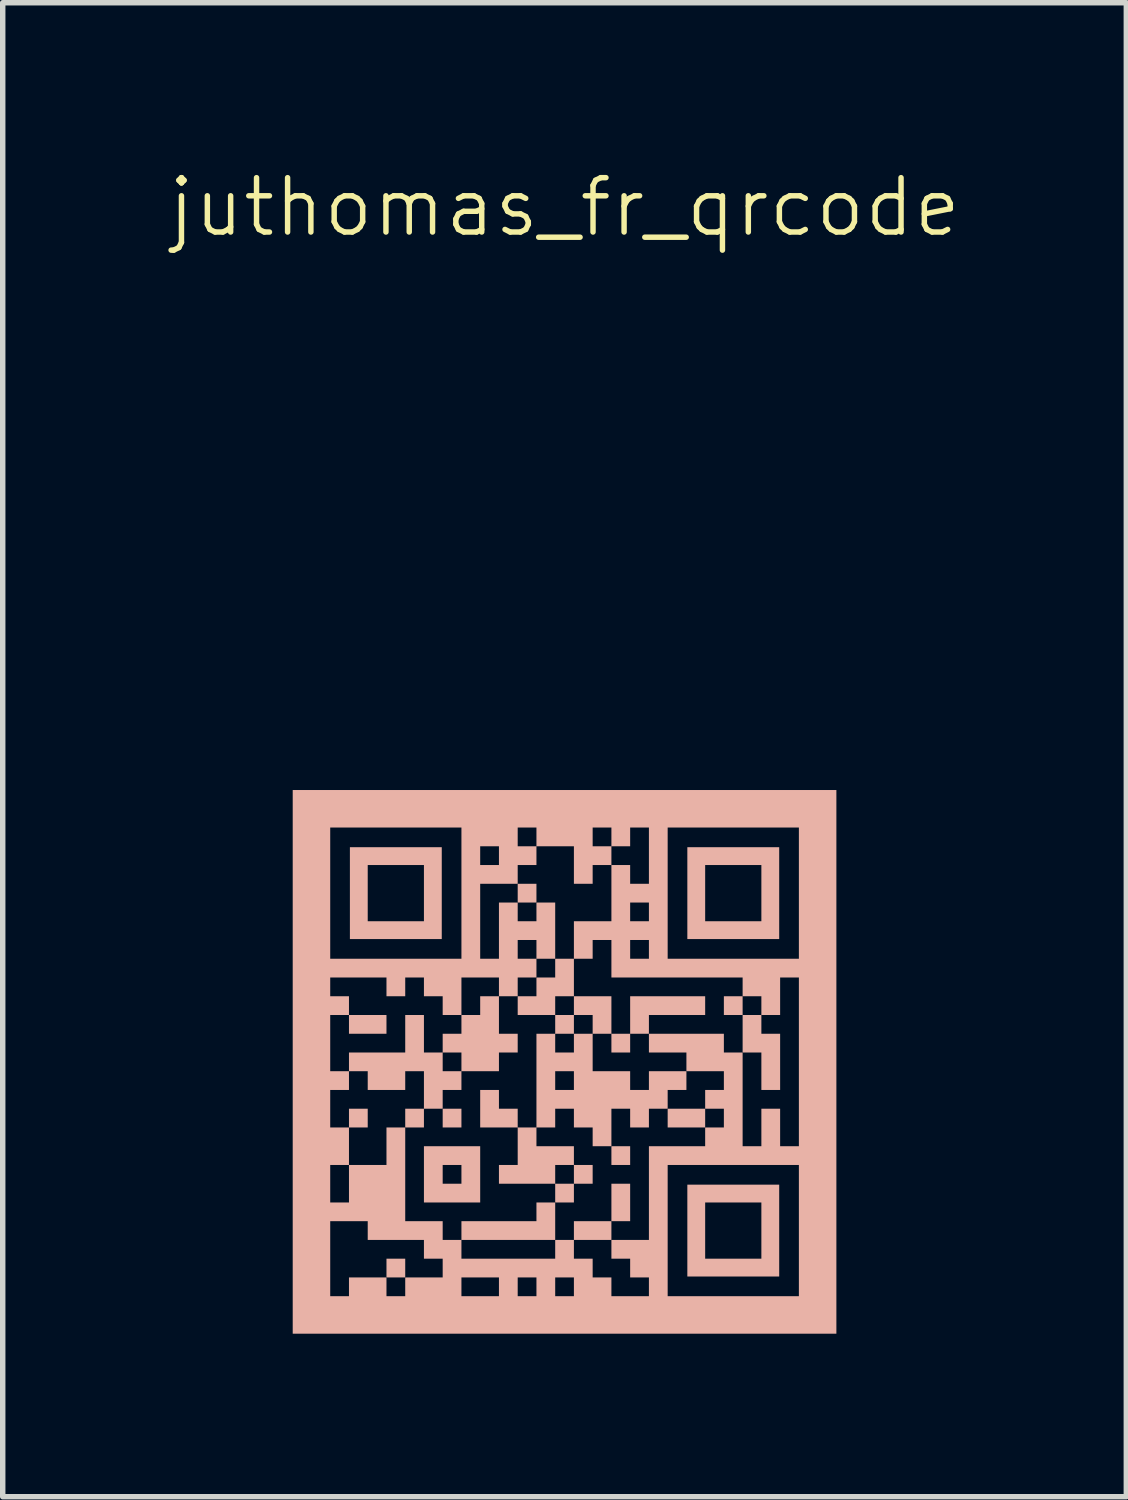
<source format=kicad_pcb>
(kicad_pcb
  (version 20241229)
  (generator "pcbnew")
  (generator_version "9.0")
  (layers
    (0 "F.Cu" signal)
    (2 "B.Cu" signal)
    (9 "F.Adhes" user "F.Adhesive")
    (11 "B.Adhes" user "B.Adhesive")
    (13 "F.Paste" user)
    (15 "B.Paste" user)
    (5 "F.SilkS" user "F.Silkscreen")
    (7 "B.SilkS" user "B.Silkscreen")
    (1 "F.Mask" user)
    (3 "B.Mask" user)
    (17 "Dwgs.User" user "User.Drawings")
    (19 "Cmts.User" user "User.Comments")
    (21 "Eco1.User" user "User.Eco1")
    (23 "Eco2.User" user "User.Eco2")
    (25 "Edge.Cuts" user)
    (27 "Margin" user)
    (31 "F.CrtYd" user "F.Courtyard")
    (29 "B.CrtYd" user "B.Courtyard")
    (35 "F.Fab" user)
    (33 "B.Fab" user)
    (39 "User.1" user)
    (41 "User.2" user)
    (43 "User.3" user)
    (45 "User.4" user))
  (footprint "juthomas_fr_qrcode"
    (layer "F.Cu")
    (at 7.336 16.485)
    (property "Reference" "juthomas_fr_qrcode" (at 0 -15.724 0) (unlocked yes) (layer "F.SilkS") (effects (font (size 1 1) (thickness 0.1))))
    (attr smd)
    (fp_poly (pts (xy -3.966 -0.69) (xy -3.966 -0.517) (xy -3.621 -0.517) (xy -3.276 -0.517) (xy -3.276 -0.69) (xy -3.276 -0.862) (xy -3.621 -0.862) (xy -3.966 -0.862)) (stroke (width 0) (type solid)) (fill yes) (layer "B.SilkS"))
    (fp_poly (pts (xy -3.966 1.035) (xy -3.966 1.207) (xy -3.794 1.207) (xy -3.621 1.207) (xy -3.621 1.035) (xy -3.621 0.862) (xy -3.794 0.862) (xy -3.966 0.862)) (stroke (width 0) (type solid)) (fill yes) (layer "B.SilkS"))
    (fp_poly (pts (xy -3.276 3.794) (xy -3.276 3.966) (xy -3.104 3.966) (xy -2.931 3.966) (xy -2.931 3.794) (xy -2.931 3.621) (xy -3.104 3.621) (xy -3.276 3.621)) (stroke (width 0) (type solid)) (fill yes) (layer "B.SilkS"))
    (fp_poly (pts (xy -2.931 1.035) (xy -2.931 1.207) (xy -2.759 1.207) (xy -2.587 1.207) (xy -2.587 1.035) (xy -2.587 0.862) (xy -2.759 0.862) (xy -2.931 0.862)) (stroke (width 0) (type solid)) (fill yes) (layer "B.SilkS"))
    (fp_poly (pts (xy -0.862 -3.104) (xy -0.862 -2.931) (xy -0.69 -2.931) (xy -0.517 -2.931) (xy -0.517 -3.104) (xy -0.517 -3.276) (xy -0.69 -3.276) (xy -0.862 -3.276)) (stroke (width 0) (type solid)) (fill yes) (layer "B.SilkS"))
    (fp_poly (pts (xy 0.172 3.104) (xy 0.172 3.276) (xy 0.517 3.276) (xy 0.862 3.276) (xy 0.862 3.104) (xy 0.862 2.931) (xy 0.517 2.931) (xy 0.172 2.931)) (stroke (width 0) (type solid)) (fill yes) (layer "B.SilkS"))
    (fp_poly (pts (xy 0.862 2.587) (xy 0.862 2.931) (xy 1.035 2.931) (xy 1.207 2.931) (xy 1.207 2.587) (xy 1.207 2.242) (xy 1.035 2.242) (xy 0.862 2.242)) (stroke (width 0) (type solid)) (fill yes) (layer "B.SilkS"))
    (fp_poly (pts (xy -0.517 2.759) (xy -0.517 2.931) (xy -1.207 2.931) (xy -1.897 2.931) (xy -1.897 3.104) (xy -1.897 3.276) (xy -1.035 3.276) (xy -0.172 3.276) (xy -0.172 2.931) (xy -0.172 2.587) (xy -0.345 2.587) (xy -0.517 2.587)) (stroke (width 0) (type solid)) (fill yes) (layer "B.SilkS"))
    (fp_poly (pts (xy -3.949 -3.104) (xy -3.949 -2.259) (xy -3.104 -2.259) (xy -2.259 -2.259) (xy -2.259 -3.104) (xy -2.259 -3.621) (xy -2.587 -3.621) (xy -2.587 -3.104) (xy -2.587 -2.587) (xy -3.104 -2.587) (xy -3.621 -2.587) (xy -3.621 -3.104) (xy -3.621 -3.621) (xy -3.104 -3.621) (xy -2.587 -3.621) (xy -2.259 -3.621) (xy -2.259 -3.949) (xy -3.104 -3.949) (xy -3.949 -3.949)) (stroke (width 0) (type solid)) (fill yes) (layer "B.SilkS"))
    (fp_poly (pts (xy -2.587 2.069) (xy -2.587 2.587) (xy -2.069 2.587) (xy -1.552 2.587) (xy -1.552 2.069) (xy -1.552 1.897) (xy -1.897 1.897) (xy -1.897 2.069) (xy -1.897 2.242) (xy -2.069 2.242) (xy -2.242 2.242) (xy -2.242 2.069) (xy -2.242 1.897) (xy -2.069 1.897) (xy -1.897 1.897) (xy -1.552 1.897) (xy -1.552 1.552) (xy -2.069 1.552) (xy -2.587 1.552)) (stroke (width 0) (type solid)) (fill yes) (layer "B.SilkS"))
    (fp_poly (pts (xy 2.259 -3.104) (xy 2.259 -2.259) (xy 3.104 -2.259) (xy 3.949 -2.259) (xy 3.949 -3.104) (xy 3.949 -3.621) (xy 3.621 -3.621) (xy 3.621 -3.104) (xy 3.621 -2.587) (xy 3.104 -2.587) (xy 2.587 -2.587) (xy 2.587 -3.104) (xy 2.587 -3.621) (xy 3.104 -3.621) (xy 3.621 -3.621) (xy 3.949 -3.621) (xy 3.949 -3.949) (xy 3.104 -3.949) (xy 2.259 -3.949)) (stroke (width 0) (type solid)) (fill yes) (layer "B.SilkS"))
    (fp_poly (pts (xy 2.259 3.104) (xy 2.259 3.949) (xy 3.104 3.949) (xy 3.949 3.949) (xy 3.949 3.104) (xy 3.949 2.587) (xy 3.621 2.587) (xy 3.621 3.104) (xy 3.621 3.621) (xy 3.104 3.621) (xy 2.587 3.621) (xy 2.587 3.104) (xy 2.587 2.587) (xy 3.104 2.587) (xy 3.621 2.587) (xy 3.949 2.587) (xy 3.949 2.259) (xy 3.104 2.259) (xy 2.259 2.259)) (stroke (width 0) (type solid)) (fill yes) (layer "B.SilkS"))
    (fp_poly (pts (xy 2.931 -1.035) (xy 2.931 -0.862) (xy 3.104 -0.862) (xy 3.276 -0.862) (xy 3.276 -0.517) (xy 3.276 -0.172) (xy 3.449 -0.172) (xy 3.621 -0.172) (xy 3.621 0.172) (xy 3.621 0.517) (xy 3.794 0.517) (xy 3.966 0.517) (xy 3.966 0) (xy 3.966 -0.517) (xy 3.794 -0.517) (xy 3.621 -0.517) (xy 3.621 -0.69) (xy 3.621 -0.862) (xy 3.449 -0.862) (xy 3.276 -0.862) (xy 3.276 -1.035) (xy 3.276 -1.207) (xy 3.104 -1.207) (xy 2.931 -1.207)) (stroke (width 0) (type solid)) (fill yes) (layer "B.SilkS"))
    (fp_poly (pts (xy -1.552 -1.035) (xy -1.552 -0.862) (xy -1.724 -0.862) (xy -1.897 -0.862) (xy -1.897 -0.69) (xy -1.897 -0.517) (xy -2.069 -0.517) (xy -2.242 -0.517) (xy -2.242 -0.345) (xy -2.242 -0.172) (xy -2.414 -0.172) (xy -2.587 -0.172) (xy -2.587 -0.517) (xy -2.587 -0.862) (xy -2.759 -0.862) (xy -2.931 -0.862) (xy -2.931 -0.517) (xy -2.931 -0.172) (xy -3.449 -0.172) (xy -3.966 -0.172) (xy -3.966 0) (xy -3.966 0.172) (xy -3.794 0.172) (xy -3.621 0.172) (xy -3.621 0.345) (xy -3.621 0.517) (xy -3.276 0.517) (xy -2.931 0.517) (xy -2.931 0.345) (xy -2.931 0.172) (xy -2.759 0.172) (xy -2.587 0.172) (xy -2.587 0.517) (xy -2.587 0.862) (xy -2.414 0.862) (xy -2.242 0.862) (xy -2.242 1.035) (xy -2.242 1.207) (xy -2.069 1.207) (xy -1.897 1.207) (xy -1.897 1.035) (xy -1.897 0.862) (xy -2.069 0.862) (xy -2.242 0.862) (xy -2.242 0.69) (xy -2.242 0.517) (xy -2.069 0.517) (xy -1.897 0.517) (xy -1.897 0.345) (xy -1.897 0.172) (xy -1.552 0.172) (xy -1.207 0.172) (xy -1.207 0) (xy -1.207 -0.172) (xy -1.897 -0.172) (xy -1.897 0) (xy -1.897 0.172) (xy -2.069 0.172) (xy -2.242 0.172) (xy -2.242 0) (xy -2.242 -0.172) (xy -2.069 -0.172) (xy -1.897 -0.172) (xy -1.207 -0.172) (xy -1.035 -0.172) (xy -0.862 -0.172) (xy -0.862 -0.345) (xy -0.862 -0.517) (xy -1.035 -0.517) (xy -1.207 -0.517) (xy -1.207 -0.862) (xy -1.207 -1.207) (xy -1.379 -1.207) (xy -1.552 -1.207)) (stroke (width 0) (type solid)) (fill yes) (layer "B.SilkS"))
    (fp_poly (pts (xy -0.172 -1.724) (xy -0.172 -1.552) (xy -0.345 -1.552) (xy -0.517 -1.552) (xy -0.517 -1.379) (xy -0.517 -1.207) (xy -0.69 -1.207) (xy -0.862 -1.207) (xy -0.862 -1.035) (xy -0.862 -0.862) (xy -0.517 -0.862) (xy -0.172 -0.862) (xy -0.172 -0.69) (xy -0.172 -0.517) (xy 0 -0.517) (xy 0.172 -0.517) (xy 0.172 -0.345) (xy 0.172 -0.172) (xy 0 -0.172) (xy -0.172 -0.172) (xy -0.172 -0.345) (xy -0.172 -0.517) (xy -0.345 -0.517) (xy -0.517 -0.517) (xy -0.517 0.345) (xy -0.517 1.207) (xy -0.69 1.207) (xy -0.862 1.207) (xy -0.862 1.035) (xy -0.862 0.862) (xy -1.035 0.862) (xy -1.207 0.862) (xy -1.207 0.69) (xy -1.207 0.517) (xy -1.379 0.517) (xy -1.552 0.517) (xy -1.552 0.862) (xy -1.552 1.207) (xy -1.207 1.207) (xy -0.862 1.207) (xy -0.862 1.552) (xy -0.862 1.897) (xy -1.035 1.897) (xy -1.207 1.897) (xy -1.207 2.069) (xy -1.207 2.242) (xy -0.69 2.242) (xy -0.172 2.242) (xy -0.172 2.414) (xy -0.172 2.587) (xy 0 2.587) (xy 0.172 2.587) (xy 0.172 2.414) (xy 0.172 2.242) (xy 0.345 2.242) (xy 0.517 2.242) (xy 0.517 2.069) (xy 0.517 1.897) (xy 0.345 1.897) (xy 0.172 1.897) (xy 0.172 2.069) (xy 0.172 2.242) (xy 0 2.242) (xy -0.172 2.242) (xy -0.172 2.069) (xy -0.172 1.897) (xy 0 1.897) (xy 0.172 1.897) (xy 0.172 1.724) (xy 0.172 1.552) (xy -0.172 1.552) (xy -0.517 1.552) (xy -0.517 1.379) (xy -0.517 1.207) (xy -0.345 1.207) (xy -0.172 1.207) (xy -0.172 1.035) (xy -0.172 0.862) (xy 0 0.862) (xy 0.172 0.862) (xy 0.172 1.035) (xy 0.172 1.207) (xy 0.345 1.207) (xy 0.517 1.207) (xy 0.517 1.379) (xy 0.517 1.552) (xy 0.69 1.552) (xy 0.862 1.552) (xy 0.862 1.724) (xy 0.862 1.897) (xy 1.035 1.897) (xy 1.207 1.897) (xy 1.207 1.724) (xy 1.207 1.552) (xy 1.035 1.552) (xy 0.862 1.552) (xy 0.862 1.207) (xy 0.862 0.862) (xy 1.035 0.862) (xy 1.207 0.862) (xy 1.207 1.035) (xy 1.207 1.207) (xy 1.379 1.207) (xy 1.552 1.207) (xy 1.552 1.035) (xy 1.552 0.862) (xy 1.724 0.862) (xy 1.897 0.862) (xy 1.897 1.035) (xy 1.897 1.207) (xy 2.242 1.207) (xy 2.587 1.207) (xy 2.587 1.035) (xy 2.587 0.862) (xy 2.242 0.862) (xy 1.897 0.862) (xy 1.897 0.69) (xy 1.897 0.517) (xy 2.069 0.517) (xy 2.242 0.517) (xy 2.242 0.345) (xy 2.242 0.172) (xy 1.897 0.172) (xy 1.552 0.172) (xy 1.552 0.345) (xy 1.552 0.517) (xy 1.379 0.517) (xy 1.207 0.517) (xy 1.207 0.345) (xy 1.207 0.172) (xy 0.862 0.172) (xy 0.517 0.172) (xy 0.172 0.172) (xy 0.172 0.345) (xy 0.172 0.517) (xy 0 0.517) (xy -0.172 0.517) (xy -0.172 0.345) (xy -0.172 0.172) (xy 0 0.172) (xy 0.172 0.172) (xy 0.517 0.172) (xy 0.517 -0.172) (xy 0.517 -0.517) (xy 0.345 -0.517) (xy 0.172 -0.517) (xy 0.172 -0.69) (xy 0.172 -0.862) (xy 0 -0.862) (xy -0.172 -0.862) (xy -0.172 -1.035) (xy -0.172 -1.207) (xy 0 -1.207) (xy 0.172 -1.207) (xy 0.172 -1.035) (xy 0.172 -0.862) (xy 0.345 -0.862) (xy 0.517 -0.862) (xy 0.517 -0.69) (xy 0.517 -0.517) (xy 0.69 -0.517) (xy 0.862 -0.517) (xy 0.862 -0.345) (xy 0.862 -0.172) (xy 1.035 -0.172) (xy 1.207 -0.172) (xy 1.207 -0.345) (xy 1.207 -0.517) (xy 1.379 -0.517) (xy 1.552 -0.517) (xy 1.552 -0.69) (xy 1.552 -0.862) (xy 2.069 -0.862) (xy 2.587 -0.862) (xy 2.587 -1.035) (xy 2.587 -1.207) (xy 1.897 -1.207) (xy 1.207 -1.207) (xy 1.207 -0.862) (xy 1.207 -0.517) (xy 1.035 -0.517) (xy 0.862 -0.517) (xy 0.862 -0.862) (xy 0.862 -1.207) (xy 0.517 -1.207) (xy 0.172 -1.207) (xy 0.172 -1.552) (xy 0.172 -1.897) (xy 0 -1.897) (xy -0.172 -1.897)) (stroke (width 0) (type solid)) (fill yes) (layer "B.SilkS"))
    (fp_poly (pts (xy -5.001 0) (xy -5.001 5.001) (xy 0 5.001) (xy 5.001 5.001) (xy 5.001 1.897) (xy 4.311 1.897) (xy 4.311 3.104) (xy 4.311 4.311) (xy 3.104 4.311) (xy 1.897 4.311) (xy 1.897 3.104) (xy 1.897 1.897) (xy 3.104 1.897) (xy 4.311 1.897) (xy 5.001 1.897) (xy 5.001 1.552) (xy 4.311 1.552) (xy 4.138 1.552) (xy 3.966 1.552) (xy 3.966 1.207) (xy 3.966 0.862) (xy 3.794 0.862) (xy 3.621 0.862) (xy 3.621 1.207) (xy 3.621 1.552) (xy 3.449 1.552) (xy 3.276 1.552) (xy 3.276 0.69) (xy 3.276 -0.172) (xy 3.104 -0.172) (xy 2.931 -0.172) (xy 2.931 -0.345) (xy 2.931 -0.517) (xy 2.242 -0.517) (xy 1.552 -0.517) (xy 1.552 -0.345) (xy 1.552 -0.172) (xy 1.897 -0.172) (xy 2.242 -0.172) (xy 2.242 0) (xy 2.242 0.172) (xy 2.587 0.172) (xy 2.931 0.172) (xy 2.931 0.345) (xy 2.931 0.517) (xy 2.759 0.517) (xy 2.587 0.517) (xy 2.587 0.69) (xy 2.587 0.862) (xy 2.759 0.862) (xy 2.931 0.862) (xy 2.931 1.035) (xy 2.931 1.207) (xy 2.759 1.207) (xy 2.587 1.207) (xy 2.587 1.379) (xy 2.587 1.552) (xy 2.069 1.552) (xy 1.552 1.552) (xy 1.552 2.414) (xy 1.552 3.276) (xy 1.207 3.276) (xy 0.862 3.276) (xy 0.862 3.449) (xy 0.862 3.621) (xy 1.035 3.621) (xy 1.207 3.621) (xy 1.207 3.794) (xy 1.207 3.966) (xy 1.379 3.966) (xy 1.552 3.966) (xy 1.552 4.138) (xy 1.552 4.311) (xy 1.207 4.311) (xy 0.862 4.311) (xy 0.862 4.138) (xy 0.862 3.966) (xy 0.69 3.966) (xy 0.517 3.966) (xy 0.172 3.966) (xy 0.172 4.138) (xy 0.172 4.311) (xy 0 4.311) (xy -0.172 4.311) (xy -0.172 4.138) (xy -0.172 3.966) (xy -0.517 3.966) (xy -0.517 4.138) (xy -0.517 4.311) (xy -0.69 4.311) (xy -0.862 4.311) (xy -0.862 4.138) (xy -0.862 3.966) (xy -1.207 3.966) (xy -1.207 4.138) (xy -1.207 4.311) (xy -1.552 4.311) (xy -1.897 4.311) (xy -1.897 4.138) (xy -1.897 3.966) (xy -2.242 3.966) (xy -2.587 3.966) (xy -2.931 3.966) (xy -2.931 4.138) (xy -2.931 4.311) (xy -3.104 4.311) (xy -3.276 4.311) (xy -3.276 4.138) (xy -3.276 3.966) (xy -3.621 3.966) (xy -3.966 3.966) (xy -3.966 4.138) (xy -3.966 4.311) (xy -4.138 4.311) (xy -4.311 4.311) (xy -4.311 3.621) (xy -4.311 2.931) (xy -3.966 2.931) (xy -3.621 2.931) (xy -3.621 3.104) (xy -3.621 3.276) (xy -3.104 3.276) (xy -2.587 3.276) (xy -2.587 3.449) (xy -2.587 3.621) (xy -2.414 3.621) (xy -2.242 3.621) (xy -2.242 3.794) (xy -2.242 3.966) (xy -1.897 3.966) (xy -1.552 3.966) (xy -1.207 3.966) (xy -0.862 3.966) (xy -0.69 3.966) (xy -0.517 3.966) (xy -0.172 3.966) (xy 0 3.966) (xy 0.172 3.966) (xy 0.517 3.966) (xy 0.517 3.794) (xy 0.517 3.621) (xy 0.345 3.621) (xy 0.172 3.621) (xy 0.172 3.449) (xy 0.172 3.276) (xy 0 3.276) (xy -0.172 3.276) (xy -0.172 3.449) (xy -0.172 3.621) (xy -1.035 3.621) (xy -1.897 3.621) (xy -1.897 3.449) (xy -1.897 3.276) (xy -2.069 3.276) (xy -2.242 3.276) (xy -2.242 3.104) (xy -2.242 2.931) (xy -2.587 2.931) (xy -2.931 2.931) (xy -2.931 2.069) (xy -2.931 1.207) (xy -3.104 1.207) (xy -3.276 1.207) (xy -3.276 1.552) (xy -3.276 1.897) (xy -3.621 1.897) (xy -3.966 1.897) (xy -3.966 2.242) (xy -3.966 2.587) (xy -4.138 2.587) (xy -4.311 2.587) (xy -4.311 2.242) (xy -4.311 1.897) (xy -4.138 1.897) (xy -3.966 1.897) (xy -3.966 1.552) (xy -3.966 1.207) (xy -4.138 1.207) (xy -4.311 1.207) (xy -4.311 0.862) (xy -4.311 0.517) (xy -4.138 0.517) (xy -3.966 0.517) (xy -3.966 0.345) (xy -3.966 0.172) (xy -4.138 0.172) (xy -4.311 0.172) (xy -4.311 -0.345) (xy -4.311 -0.862) (xy -4.138 -0.862) (xy -3.966 -0.862) (xy -3.966 -1.035) (xy -3.966 -1.207) (xy -4.138 -1.207) (xy -4.311 -1.207) (xy -4.311 -1.379) (xy -4.311 -1.552) (xy -3.794 -1.552) (xy -3.276 -1.552) (xy -3.276 -1.379) (xy -3.276 -1.207) (xy -3.104 -1.207) (xy -2.931 -1.207) (xy -2.931 -1.379) (xy -2.931 -1.552) (xy -2.759 -1.552) (xy -2.587 -1.552) (xy -2.587 -1.379) (xy -2.587 -1.207) (xy -2.414 -1.207) (xy -2.242 -1.207) (xy -2.242 -1.035) (xy -2.242 -0.862) (xy -2.069 -0.862) (xy -1.897 -0.862) (xy -1.897 -1.207) (xy -1.897 -1.552) (xy -1.552 -1.552) (xy -1.207 -1.552) (xy -1.207 -1.379) (xy -1.207 -1.207) (xy -1.035 -1.207) (xy -0.862 -1.207) (xy -0.862 -1.379) (xy -0.862 -1.552) (xy -0.69 -1.552) (xy -0.517 -1.552) (xy -0.517 -1.724) (xy -0.517 -1.897) (xy -0.69 -1.897) (xy -0.862 -1.897) (xy -0.862 -2.069) (xy -0.862 -2.242) (xy -0.69 -2.242) (xy -0.517 -2.242) (xy -0.517 -2.069) (xy -0.517 -1.897) (xy -0.345 -1.897) (xy -0.172 -1.897) (xy -0.172 -2.414) (xy -0.172 -2.931) (xy -0.345 -2.931) (xy -0.517 -2.931) (xy -0.517 -2.759) (xy -0.517 -2.587) (xy -0.69 -2.587) (xy -0.862 -2.587) (xy -0.862 -2.759) (xy -0.862 -2.931) (xy -1.035 -2.931) (xy -1.207 -2.931) (xy -1.207 -2.414) (xy -1.207 -1.897) (xy -1.379 -1.897) (xy -1.552 -1.897) (xy -1.552 -2.587) (xy -1.552 -3.276) (xy -1.207 -3.276) (xy -0.862 -3.276) (xy -0.862 -3.449) (xy -0.862 -3.621) (xy -0.69 -3.621) (xy -0.517 -3.621) (xy -0.517 -3.794) (xy -0.517 -3.966) (xy -0.69 -3.966) (xy -0.862 -3.966) (xy -1.207 -3.966) (xy -1.207 -3.794) (xy -1.207 -3.621) (xy -1.379 -3.621) (xy -1.552 -3.621) (xy -1.552 -3.794) (xy -1.552 -3.966) (xy -1.379 -3.966) (xy -1.207 -3.966) (xy -0.862 -3.966) (xy -0.862 -4.138) (xy -0.862 -4.311) (xy -1.897 -4.311) (xy -1.897 -3.104) (xy -1.897 -1.897) (xy -3.104 -1.897) (xy -4.311 -1.897) (xy -4.311 -3.104) (xy -4.311 -4.311) (xy -3.104 -4.311) (xy -1.897 -4.311) (xy -0.862 -4.311) (xy -0.69 -4.311) (xy -0.517 -4.311) (xy -0.517 -4.138) (xy -0.517 -3.966) (xy -0.172 -3.966) (xy 0.172 -3.966) (xy 0.172 -3.621) (xy 0.172 -3.276) (xy 0.345 -3.276) (xy 0.517 -3.276) (xy 0.517 -3.449) (xy 0.517 -3.621) (xy 0.69 -3.621) (xy 0.862 -3.621) (xy 0.862 -3.104) (xy 0.862 -2.587) (xy 0.517 -2.587) (xy 0.172 -2.587) (xy 0.172 -2.242) (xy 0.172 -1.897) (xy 0.345 -1.897) (xy 0.517 -1.897) (xy 0.517 -2.069) (xy 0.517 -2.242) (xy 0.69 -2.242) (xy 0.862 -2.242) (xy 0.862 -1.897) (xy 0.862 -1.552) (xy 2.069 -1.552) (xy 3.276 -1.552) (xy 3.276 -1.379) (xy 3.276 -1.207) (xy 3.449 -1.207) (xy 3.621 -1.207) (xy 3.621 -1.035) (xy 3.621 -0.862) (xy 3.794 -0.862) (xy 3.966 -0.862) (xy 3.966 -1.207) (xy 3.966 -1.552) (xy 4.138 -1.552) (xy 4.311 -1.552) (xy 4.311 0) (xy 4.311 1.552) (xy 5.001 1.552) (xy 5.001 0) (xy 5.001 -4.311) (xy 4.311 -4.311) (xy 4.311 -3.104) (xy 4.311 -1.897) (xy 3.104 -1.897) (xy 1.897 -1.897) (xy 1.897 -2.242) (xy 1.552 -2.242) (xy 1.552 -2.069) (xy 1.552 -1.897) (xy 1.379 -1.897) (xy 1.207 -1.897) (xy 1.207 -2.069) (xy 1.207 -2.242) (xy 1.379 -2.242) (xy 1.552 -2.242) (xy 1.897 -2.242) (xy 1.897 -2.931) (xy 1.552 -2.931) (xy 1.552 -2.759) (xy 1.552 -2.587) (xy 1.379 -2.587) (xy 1.207 -2.587) (xy 1.207 -2.759) (xy 1.207 -2.931) (xy 1.379 -2.931) (xy 1.552 -2.931) (xy 1.897 -2.931) (xy 1.897 -3.104) (xy 1.897 -4.311) (xy 1.552 -4.311) (xy 1.552 -3.794) (xy 1.552 -3.276) (xy 1.379 -3.276) (xy 1.207 -3.276) (xy 1.207 -3.449) (xy 1.207 -3.621) (xy 1.035 -3.621) (xy 0.862 -3.621) (xy 0.862 -3.794) (xy 0.862 -3.966) (xy 0.69 -3.966) (xy 0.517 -3.966) (xy 0.517 -4.138) (xy 0.517 -4.311) (xy 0.69 -4.311) (xy 0.862 -4.311) (xy 0.862 -4.138) (xy 0.862 -3.966) (xy 1.035 -3.966) (xy 1.207 -3.966) (xy 1.207 -4.138) (xy 1.207 -4.311) (xy 1.379 -4.311) (xy 1.552 -4.311) (xy 1.897 -4.311) (xy 3.104 -4.311) (xy 4.311 -4.311) (xy 5.001 -4.311) (xy 5.001 -5.001) (xy 0 -5.001) (xy -5.001 -5.001)) (stroke (width 0) (type solid)) (fill yes) (layer "B.SilkS")))
  (gr_rect
    (start -3 -3)
    (end 17.671 24.485)
    (stroke (width 0.1) (type default))
    (fill no)
    (layer "Edge.Cuts")))
</source>
